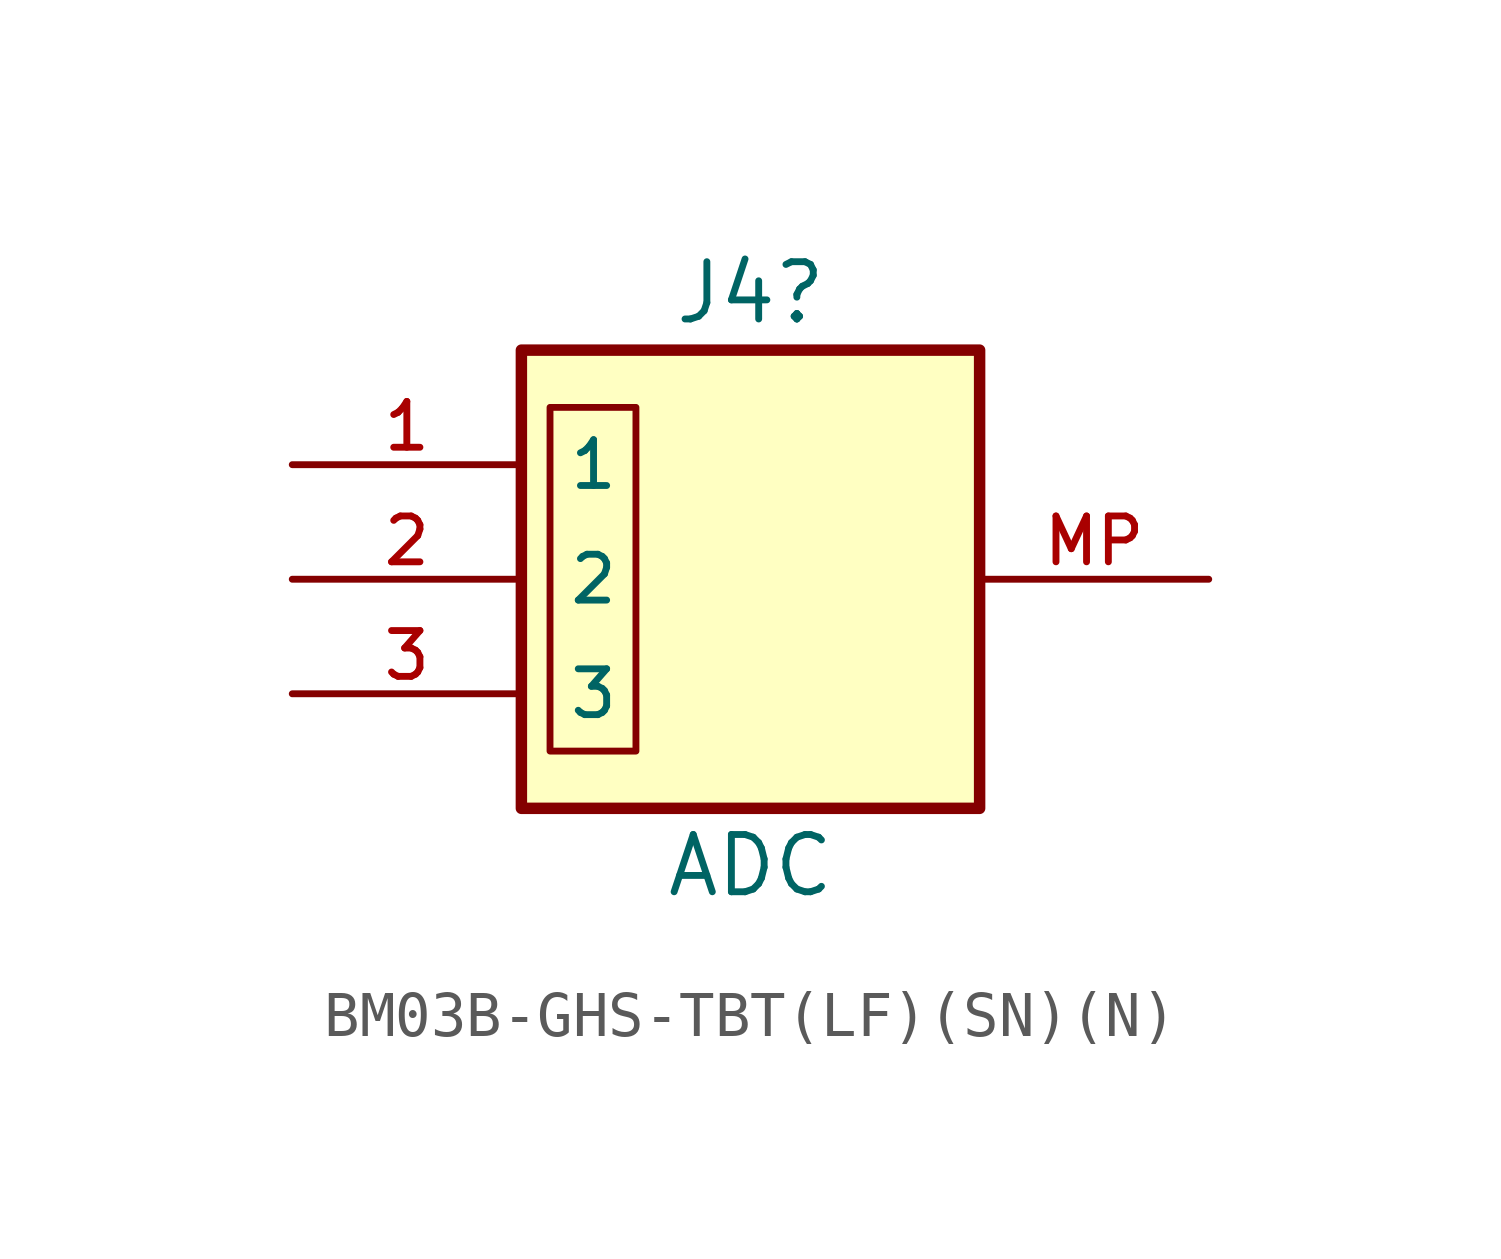
<source format=kicad_sym>
(kicad_symbol_lib
  (version 20211014)
  (generator kicad_symbol_editor)
  (symbol "BM03B-GHS-TBT(LF)(SN)(N)"
    (pin_names
      (offset 1.016))
    (property "Reference" "J4"
      (at 1.905 8.89 0)
      (effects (font (size 1.27 1.27))))
    (property "Value" "ADC"
      (at 1.905 -3.81 0)
      (effects (font (size 1.27 1.27))))
    (property "ki_locked" ""
      (at 0 0 0)
      (effects (font (size 1.27 1.27))))
    (symbol "BM03B-GHS-TBT(LF)(SN)(N)_0_0"
      (rectangle (start -3.175 7.62) (end 6.985 -2.54) (stroke (width 0.254) (type default) (color 0 0 0 0)) (fill (type background)))
      (pin passive line (at -8.255 5.08 0) (length 5.08) (name "1" (effects (font (size 1.016 1.016)))) (number "1" (effects (font (size 1.016 1.016)))))
      (pin passive line (at -8.255 2.54 0) (length 5.08) (name "2" (effects (font (size 1.016 1.016)))) (number "2" (effects (font (size 1.016 1.016)))))
      (pin passive line (at -8.255 0 0) (length 5.08) (name "3" (effects (font (size 1.016 1.016)))) (number "3" (effects (font (size 1.016 1.016)))))
      (pin passive line (at 12.065 2.54 180) (length 5.08) (name "" (effects (font (size 1.016 1.016)))) (number "MP" (effects (font (size 1.016 1.016))))))
    (symbol "BM03B-GHS-TBT(LF)(SN)(N)_0_1"
      (rectangle (start -0.635 -1.27) (end -2.54 6.35) (stroke (width 0.152) (type default) (color 0 0 0 0)) (fill (type none))))))
</source>
